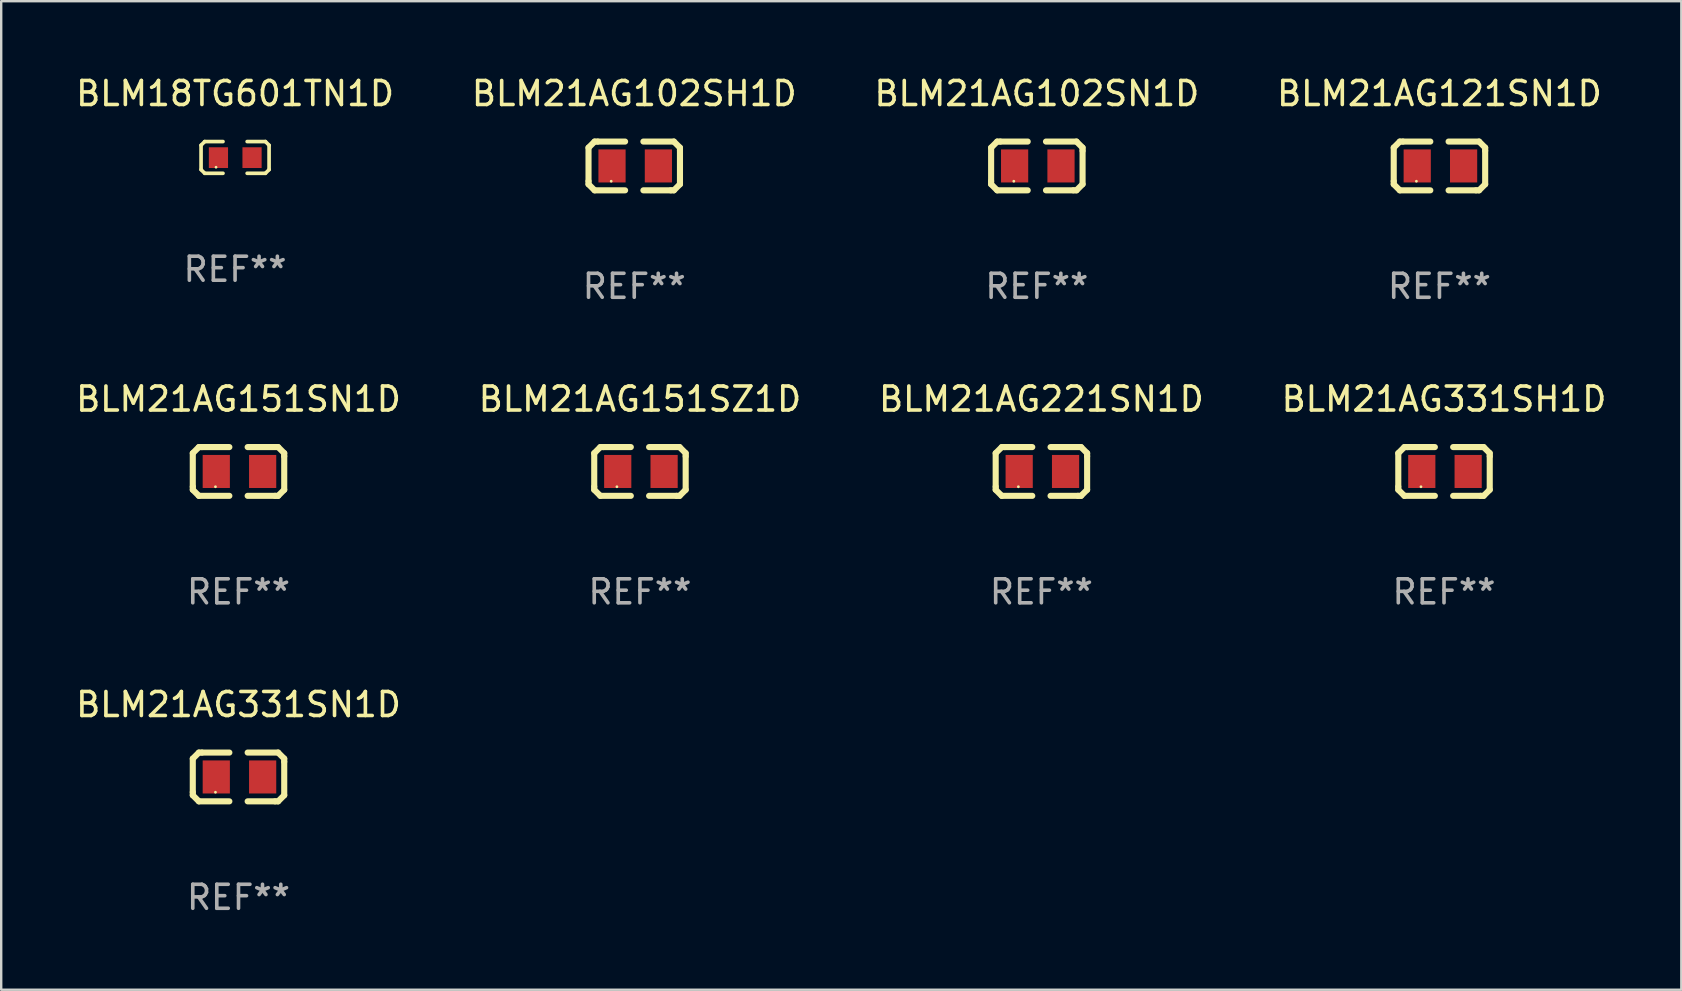
<source format=kicad_pcb>
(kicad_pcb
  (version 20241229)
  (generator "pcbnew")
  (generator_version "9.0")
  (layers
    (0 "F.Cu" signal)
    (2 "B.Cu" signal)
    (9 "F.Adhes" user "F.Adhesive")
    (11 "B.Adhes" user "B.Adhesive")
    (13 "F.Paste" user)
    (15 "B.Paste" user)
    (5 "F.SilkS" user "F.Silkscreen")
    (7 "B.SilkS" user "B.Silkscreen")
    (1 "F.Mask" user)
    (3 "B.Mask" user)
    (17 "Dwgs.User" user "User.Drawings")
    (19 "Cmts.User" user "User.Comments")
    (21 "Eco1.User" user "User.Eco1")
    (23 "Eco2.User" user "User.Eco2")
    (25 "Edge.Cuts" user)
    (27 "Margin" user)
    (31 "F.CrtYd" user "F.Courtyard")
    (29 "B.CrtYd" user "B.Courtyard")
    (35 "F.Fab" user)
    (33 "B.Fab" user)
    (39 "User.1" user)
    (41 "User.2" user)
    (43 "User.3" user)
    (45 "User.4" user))
  (footprint "BLM21AG331SH1D"
    (layer "F.Cu")
    (at 57.113 16.593)
    (property "Reference" "BLM21AG331SH1D" (at 0 -3.016 0) (layer "F.SilkS") (effects (font (size 1 1) (thickness 0.15))))
    (attr through_hole)
    (fp_line (start -1.905 -0.762) (end -1.905 0.635) (stroke (width 0.254) (type solid)) (layer "F.SilkS"))
    (fp_line (start -1.905 0.635) (end -1.905 0.762) (stroke (width 0.254) (type solid)) (layer "F.SilkS"))
    (fp_line (start -1.905 0.762) (end -1.651 1.016) (stroke (width 0.254) (type solid)) (layer "F.SilkS"))
    (fp_line (start -1.651 -1.016) (end -1.905 -0.762) (stroke (width 0.254) (type solid)) (layer "F.SilkS"))
    (fp_line (start -1.651 1.016) (end -0.381 1.016) (stroke (width 0.254) (type solid)) (layer "F.SilkS"))
    (fp_line (start -1.524 -1.016) (end -1.651 -1.016) (stroke (width 0.254) (type solid)) (layer "F.SilkS"))
    (fp_line (start -0.381 -1.016) (end -1.524 -1.016) (stroke (width 0.254) (type solid)) (layer "F.SilkS"))
    (fp_line (start 0.381 1.016) (end 1.524 1.016) (stroke (width 0.254) (type solid)) (layer "F.SilkS"))
    (fp_line (start 1.524 1.016) (end 1.651 1.016) (stroke (width 0.254) (type solid)) (layer "F.SilkS"))
    (fp_line (start 1.651 -1.016) (end 0.381 -1.016) (stroke (width 0.254) (type solid)) (layer "F.SilkS"))
    (fp_line (start 1.651 1.016) (end 1.905 0.762) (stroke (width 0.254) (type solid)) (layer "F.SilkS"))
    (fp_line (start 1.905 -0.762) (end 1.651 -1.016) (stroke (width 0.254) (type solid)) (layer "F.SilkS"))
    (fp_line (start 1.905 -0.635) (end 1.905 -0.762) (stroke (width 0.254) (type solid)) (layer "F.SilkS"))
    (fp_line (start 1.905 0.762) (end 1.905 -0.635) (stroke (width 0.254) (type solid)) (layer "F.SilkS"))
    (fp_circle (center -0.96 0.637) (end -0.93 0.637) (stroke (width 0.06) (type solid)) (fill no) (layer "F.SilkS"))
    (fp_text user "REF**" (at 0 5.016 0) (layer "F.Fab") (effects (font (size 1 1) (thickness 0.15))))
    (pad "1" smd rect (at -0.926 -0.000051) (size 1.133 1.377) (layers "F.Cu" "F.Mask" "F.Paste"))
    (pad "2" smd rect (at 1.006 -0.000051) (size 1.133 1.377) (layers "F.Cu" "F.Mask" "F.Paste")))
  (footprint "BLM21AG102SN1D"
    (layer "F.Cu")
    (at 40.149 3.864)
    (property "Reference" "BLM21AG102SN1D" (at 0 -3.016 0) (layer "F.SilkS") (effects (font (size 1 1) (thickness 0.15))))
    (attr through_hole)
    (fp_line (start -1.905 -0.762) (end -1.905 0.635) (stroke (width 0.254) (type solid)) (layer "F.SilkS"))
    (fp_line (start -1.905 0.635) (end -1.905 0.762) (stroke (width 0.254) (type solid)) (layer "F.SilkS"))
    (fp_line (start -1.905 0.762) (end -1.651 1.016) (stroke (width 0.254) (type solid)) (layer "F.SilkS"))
    (fp_line (start -1.651 -1.016) (end -1.905 -0.762) (stroke (width 0.254) (type solid)) (layer "F.SilkS"))
    (fp_line (start -1.651 1.016) (end -0.381 1.016) (stroke (width 0.254) (type solid)) (layer "F.SilkS"))
    (fp_line (start -1.524 -1.016) (end -1.651 -1.016) (stroke (width 0.254) (type solid)) (layer "F.SilkS"))
    (fp_line (start -0.381 -1.016) (end -1.524 -1.016) (stroke (width 0.254) (type solid)) (layer "F.SilkS"))
    (fp_line (start 0.381 1.016) (end 1.524 1.016) (stroke (width 0.254) (type solid)) (layer "F.SilkS"))
    (fp_line (start 1.524 1.016) (end 1.651 1.016) (stroke (width 0.254) (type solid)) (layer "F.SilkS"))
    (fp_line (start 1.651 -1.016) (end 0.381 -1.016) (stroke (width 0.254) (type solid)) (layer "F.SilkS"))
    (fp_line (start 1.651 1.016) (end 1.905 0.762) (stroke (width 0.254) (type solid)) (layer "F.SilkS"))
    (fp_line (start 1.905 -0.762) (end 1.651 -1.016) (stroke (width 0.254) (type solid)) (layer "F.SilkS"))
    (fp_line (start 1.905 -0.635) (end 1.905 -0.762) (stroke (width 0.254) (type solid)) (layer "F.SilkS"))
    (fp_line (start 1.905 0.762) (end 1.905 -0.635) (stroke (width 0.254) (type solid)) (layer "F.SilkS"))
    (fp_circle (center -0.96 0.637) (end -0.93 0.637) (stroke (width 0.06) (type solid)) (fill no) (layer "F.SilkS"))
    (fp_text user "REF**" (at 0 5.016 0) (layer "F.Fab") (effects (font (size 1 1) (thickness 0.15))))
    (pad "1" smd rect (at -0.926 -0.000051) (size 1.133 1.377) (layers "F.Cu" "F.Mask" "F.Paste"))
    (pad "2" smd rect (at 1.006 -0.000051) (size 1.133 1.377) (layers "F.Cu" "F.Mask" "F.Paste")))
  (footprint "BLM21AG221SN1D"
    (layer "F.Cu")
    (at 40.339 16.593)
    (property "Reference" "BLM21AG221SN1D" (at 0 -3.016 0) (layer "F.SilkS") (effects (font (size 1 1) (thickness 0.15))))
    (attr through_hole)
    (fp_line (start -1.905 -0.762) (end -1.905 0.635) (stroke (width 0.254) (type solid)) (layer "F.SilkS"))
    (fp_line (start -1.905 0.635) (end -1.905 0.762) (stroke (width 0.254) (type solid)) (layer "F.SilkS"))
    (fp_line (start -1.905 0.762) (end -1.651 1.016) (stroke (width 0.254) (type solid)) (layer "F.SilkS"))
    (fp_line (start -1.651 -1.016) (end -1.905 -0.762) (stroke (width 0.254) (type solid)) (layer "F.SilkS"))
    (fp_line (start -1.651 1.016) (end -0.381 1.016) (stroke (width 0.254) (type solid)) (layer "F.SilkS"))
    (fp_line (start -1.524 -1.016) (end -1.651 -1.016) (stroke (width 0.254) (type solid)) (layer "F.SilkS"))
    (fp_line (start -0.381 -1.016) (end -1.524 -1.016) (stroke (width 0.254) (type solid)) (layer "F.SilkS"))
    (fp_line (start 0.381 1.016) (end 1.524 1.016) (stroke (width 0.254) (type solid)) (layer "F.SilkS"))
    (fp_line (start 1.524 1.016) (end 1.651 1.016) (stroke (width 0.254) (type solid)) (layer "F.SilkS"))
    (fp_line (start 1.651 -1.016) (end 0.381 -1.016) (stroke (width 0.254) (type solid)) (layer "F.SilkS"))
    (fp_line (start 1.651 1.016) (end 1.905 0.762) (stroke (width 0.254) (type solid)) (layer "F.SilkS"))
    (fp_line (start 1.905 -0.762) (end 1.651 -1.016) (stroke (width 0.254) (type solid)) (layer "F.SilkS"))
    (fp_line (start 1.905 -0.635) (end 1.905 -0.762) (stroke (width 0.254) (type solid)) (layer "F.SilkS"))
    (fp_line (start 1.905 0.762) (end 1.905 -0.635) (stroke (width 0.254) (type solid)) (layer "F.SilkS"))
    (fp_circle (center -0.96 0.637) (end -0.93 0.637) (stroke (width 0.06) (type solid)) (fill no) (layer "F.SilkS"))
    (fp_text user "REF**" (at 0 5.016 0) (layer "F.Fab") (effects (font (size 1 1) (thickness 0.15))))
    (pad "1" smd rect (at -0.926 -0.000051) (size 1.133 1.377) (layers "F.Cu" "F.Mask" "F.Paste"))
    (pad "2" smd rect (at 1.006 -0.000051) (size 1.133 1.377) (layers "F.Cu" "F.Mask" "F.Paste")))
  (footprint "BLM18TG601TN1D"
    (layer "F.Cu")
    (at 6.744 3.509)
    (property "Reference" "BLM18TG601TN1D" (at 0 -2.661 0) (layer "F.SilkS") (effects (font (size 1 1) (thickness 0.15))))
    (attr through_hole)
    (fp_line (start -1.417 -0.508) (end -1.265 -0.661) (stroke (width 0.152) (type solid)) (layer "F.SilkS"))
    (fp_line (start -1.417 0.508) (end -1.417 -0.508) (stroke (width 0.152) (type solid)) (layer "F.SilkS"))
    (fp_line (start -1.265 -0.661) (end -0.503 -0.661) (stroke (width 0.152) (type solid)) (layer "F.SilkS"))
    (fp_line (start -1.265 0.661) (end -1.417 0.508) (stroke (width 0.152) (type solid)) (layer "F.SilkS"))
    (fp_line (start -1.265 0.661) (end -0.503 0.661) (stroke (width 0.152) (type solid)) (layer "F.SilkS"))
    (fp_line (start 1.265 -0.661) (end 0.503 -0.661) (stroke (width 0.152) (type solid)) (layer "F.SilkS"))
    (fp_line (start 1.265 -0.661) (end 1.417 -0.508) (stroke (width 0.152) (type solid)) (layer "F.SilkS"))
    (fp_line (start 1.265 0.661) (end 0.503 0.661) (stroke (width 0.152) (type solid)) (layer "F.SilkS"))
    (fp_line (start 1.417 -0.508) (end 1.417 0.508) (stroke (width 0.152) (type solid)) (layer "F.SilkS"))
    (fp_line (start 1.417 0.508) (end 1.265 0.661) (stroke (width 0.152) (type solid)) (layer "F.SilkS"))
    (fp_circle (center -0.793 0.409) (end -0.763 0.409) (stroke (width 0.06) (type solid)) (fill no) (layer "F.SilkS"))
    (fp_text user "REF**" (at 0 4.661 0) (layer "F.Fab") (effects (font (size 1 1) (thickness 0.15))))
    (pad "1" smd rect (at -0.693 0.009 180) (size 0.8 0.864) (layers "F.Cu" "F.Mask" "F.Paste"))
    (pad "2" smd rect (at 0.707 0.009 180) (size 0.8 0.864) (layers "F.Cu" "F.Mask" "F.Paste")))
  (footprint "BLM21AG102SH1D"
    (layer "F.Cu")
    (at 23.375 3.864)
    (property "Reference" "BLM21AG102SH1D" (at 0 -3.016 0) (layer "F.SilkS") (effects (font (size 1 1) (thickness 0.15))))
    (attr through_hole)
    (fp_line (start -1.905 -0.762) (end -1.905 0.635) (stroke (width 0.254) (type solid)) (layer "F.SilkS"))
    (fp_line (start -1.905 0.635) (end -1.905 0.762) (stroke (width 0.254) (type solid)) (layer "F.SilkS"))
    (fp_line (start -1.905 0.762) (end -1.651 1.016) (stroke (width 0.254) (type solid)) (layer "F.SilkS"))
    (fp_line (start -1.651 -1.016) (end -1.905 -0.762) (stroke (width 0.254) (type solid)) (layer "F.SilkS"))
    (fp_line (start -1.651 1.016) (end -0.381 1.016) (stroke (width 0.254) (type solid)) (layer "F.SilkS"))
    (fp_line (start -1.524 -1.016) (end -1.651 -1.016) (stroke (width 0.254) (type solid)) (layer "F.SilkS"))
    (fp_line (start -0.381 -1.016) (end -1.524 -1.016) (stroke (width 0.254) (type solid)) (layer "F.SilkS"))
    (fp_line (start 0.381 1.016) (end 1.524 1.016) (stroke (width 0.254) (type solid)) (layer "F.SilkS"))
    (fp_line (start 1.524 1.016) (end 1.651 1.016) (stroke (width 0.254) (type solid)) (layer "F.SilkS"))
    (fp_line (start 1.651 -1.016) (end 0.381 -1.016) (stroke (width 0.254) (type solid)) (layer "F.SilkS"))
    (fp_line (start 1.651 1.016) (end 1.905 0.762) (stroke (width 0.254) (type solid)) (layer "F.SilkS"))
    (fp_line (start 1.905 -0.762) (end 1.651 -1.016) (stroke (width 0.254) (type solid)) (layer "F.SilkS"))
    (fp_line (start 1.905 -0.635) (end 1.905 -0.762) (stroke (width 0.254) (type solid)) (layer "F.SilkS"))
    (fp_line (start 1.905 0.762) (end 1.905 -0.635) (stroke (width 0.254) (type solid)) (layer "F.SilkS"))
    (fp_circle (center -0.96 0.637) (end -0.93 0.637) (stroke (width 0.06) (type solid)) (fill no) (layer "F.SilkS"))
    (fp_text user "REF**" (at 0 5.016 0) (layer "F.Fab") (effects (font (size 1 1) (thickness 0.15))))
    (pad "1" smd rect (at -0.926 -0.000051) (size 1.133 1.377) (layers "F.Cu" "F.Mask" "F.Paste"))
    (pad "2" smd rect (at 1.006 -0.000051) (size 1.133 1.377) (layers "F.Cu" "F.Mask" "F.Paste")))
  (footprint "BLM21AG151SZ1D"
    (layer "F.Cu")
    (at 23.613 16.593)
    (property "Reference" "BLM21AG151SZ1D" (at 0 -3.016 0) (layer "F.SilkS") (effects (font (size 1 1) (thickness 0.15))))
    (attr through_hole)
    (fp_line (start -1.905 -0.762) (end -1.905 0.635) (stroke (width 0.254) (type solid)) (layer "F.SilkS"))
    (fp_line (start -1.905 0.635) (end -1.905 0.762) (stroke (width 0.254) (type solid)) (layer "F.SilkS"))
    (fp_line (start -1.905 0.762) (end -1.651 1.016) (stroke (width 0.254) (type solid)) (layer "F.SilkS"))
    (fp_line (start -1.651 -1.016) (end -1.905 -0.762) (stroke (width 0.254) (type solid)) (layer "F.SilkS"))
    (fp_line (start -1.651 1.016) (end -0.381 1.016) (stroke (width 0.254) (type solid)) (layer "F.SilkS"))
    (fp_line (start -1.524 -1.016) (end -1.651 -1.016) (stroke (width 0.254) (type solid)) (layer "F.SilkS"))
    (fp_line (start -0.381 -1.016) (end -1.524 -1.016) (stroke (width 0.254) (type solid)) (layer "F.SilkS"))
    (fp_line (start 0.381 1.016) (end 1.524 1.016) (stroke (width 0.254) (type solid)) (layer "F.SilkS"))
    (fp_line (start 1.524 1.016) (end 1.651 1.016) (stroke (width 0.254) (type solid)) (layer "F.SilkS"))
    (fp_line (start 1.651 -1.016) (end 0.381 -1.016) (stroke (width 0.254) (type solid)) (layer "F.SilkS"))
    (fp_line (start 1.651 1.016) (end 1.905 0.762) (stroke (width 0.254) (type solid)) (layer "F.SilkS"))
    (fp_line (start 1.905 -0.762) (end 1.651 -1.016) (stroke (width 0.254) (type solid)) (layer "F.SilkS"))
    (fp_line (start 1.905 -0.635) (end 1.905 -0.762) (stroke (width 0.254) (type solid)) (layer "F.SilkS"))
    (fp_line (start 1.905 0.762) (end 1.905 -0.635) (stroke (width 0.254) (type solid)) (layer "F.SilkS"))
    (fp_circle (center -0.96 0.637) (end -0.93 0.637) (stroke (width 0.06) (type solid)) (fill no) (layer "F.SilkS"))
    (fp_text user "REF**" (at 0 5.016 0) (layer "F.Fab") (effects (font (size 1 1) (thickness 0.15))))
    (pad "1" smd rect (at -0.926 -0.000051) (size 1.133 1.377) (layers "F.Cu" "F.Mask" "F.Paste"))
    (pad "2" smd rect (at 1.006 -0.000051) (size 1.133 1.377) (layers "F.Cu" "F.Mask" "F.Paste")))
  (footprint "BLM21AG151SN1D"
    (layer "F.Cu")
    (at 6.887 16.593)
    (property "Reference" "BLM21AG151SN1D" (at 0 -3.016 0) (layer "F.SilkS") (effects (font (size 1 1) (thickness 0.15))))
    (attr through_hole)
    (fp_line (start -1.905 -0.762) (end -1.905 0.635) (stroke (width 0.254) (type solid)) (layer "F.SilkS"))
    (fp_line (start -1.905 0.635) (end -1.905 0.762) (stroke (width 0.254) (type solid)) (layer "F.SilkS"))
    (fp_line (start -1.905 0.762) (end -1.651 1.016) (stroke (width 0.254) (type solid)) (layer "F.SilkS"))
    (fp_line (start -1.651 -1.016) (end -1.905 -0.762) (stroke (width 0.254) (type solid)) (layer "F.SilkS"))
    (fp_line (start -1.651 1.016) (end -0.381 1.016) (stroke (width 0.254) (type solid)) (layer "F.SilkS"))
    (fp_line (start -1.524 -1.016) (end -1.651 -1.016) (stroke (width 0.254) (type solid)) (layer "F.SilkS"))
    (fp_line (start -0.381 -1.016) (end -1.524 -1.016) (stroke (width 0.254) (type solid)) (layer "F.SilkS"))
    (fp_line (start 0.381 1.016) (end 1.524 1.016) (stroke (width 0.254) (type solid)) (layer "F.SilkS"))
    (fp_line (start 1.524 1.016) (end 1.651 1.016) (stroke (width 0.254) (type solid)) (layer "F.SilkS"))
    (fp_line (start 1.651 -1.016) (end 0.381 -1.016) (stroke (width 0.254) (type solid)) (layer "F.SilkS"))
    (fp_line (start 1.651 1.016) (end 1.905 0.762) (stroke (width 0.254) (type solid)) (layer "F.SilkS"))
    (fp_line (start 1.905 -0.762) (end 1.651 -1.016) (stroke (width 0.254) (type solid)) (layer "F.SilkS"))
    (fp_line (start 1.905 -0.635) (end 1.905 -0.762) (stroke (width 0.254) (type solid)) (layer "F.SilkS"))
    (fp_line (start 1.905 0.762) (end 1.905 -0.635) (stroke (width 0.254) (type solid)) (layer "F.SilkS"))
    (fp_circle (center -0.96 0.637) (end -0.93 0.637) (stroke (width 0.06) (type solid)) (fill no) (layer "F.SilkS"))
    (fp_text user "REF**" (at 0 5.016 0) (layer "F.Fab") (effects (font (size 1 1) (thickness 0.15))))
    (pad "1" smd rect (at -0.926 -0.000051) (size 1.133 1.377) (layers "F.Cu" "F.Mask" "F.Paste"))
    (pad "2" smd rect (at 1.006 -0.000051) (size 1.133 1.377) (layers "F.Cu" "F.Mask" "F.Paste")))
  (footprint "BLM21AG331SN1D"
    (layer "F.Cu")
    (at 6.887 29.321)
    (property "Reference" "BLM21AG331SN1D" (at 0 -3.016 0) (layer "F.SilkS") (effects (font (size 1 1) (thickness 0.15))))
    (attr through_hole)
    (fp_line (start -1.905 -0.762) (end -1.905 0.635) (stroke (width 0.254) (type solid)) (layer "F.SilkS"))
    (fp_line (start -1.905 0.635) (end -1.905 0.762) (stroke (width 0.254) (type solid)) (layer "F.SilkS"))
    (fp_line (start -1.905 0.762) (end -1.651 1.016) (stroke (width 0.254) (type solid)) (layer "F.SilkS"))
    (fp_line (start -1.651 -1.016) (end -1.905 -0.762) (stroke (width 0.254) (type solid)) (layer "F.SilkS"))
    (fp_line (start -1.651 1.016) (end -0.381 1.016) (stroke (width 0.254) (type solid)) (layer "F.SilkS"))
    (fp_line (start -1.524 -1.016) (end -1.651 -1.016) (stroke (width 0.254) (type solid)) (layer "F.SilkS"))
    (fp_line (start -0.381 -1.016) (end -1.524 -1.016) (stroke (width 0.254) (type solid)) (layer "F.SilkS"))
    (fp_line (start 0.381 1.016) (end 1.524 1.016) (stroke (width 0.254) (type solid)) (layer "F.SilkS"))
    (fp_line (start 1.524 1.016) (end 1.651 1.016) (stroke (width 0.254) (type solid)) (layer "F.SilkS"))
    (fp_line (start 1.651 -1.016) (end 0.381 -1.016) (stroke (width 0.254) (type solid)) (layer "F.SilkS"))
    (fp_line (start 1.651 1.016) (end 1.905 0.762) (stroke (width 0.254) (type solid)) (layer "F.SilkS"))
    (fp_line (start 1.905 -0.762) (end 1.651 -1.016) (stroke (width 0.254) (type solid)) (layer "F.SilkS"))
    (fp_line (start 1.905 -0.635) (end 1.905 -0.762) (stroke (width 0.254) (type solid)) (layer "F.SilkS"))
    (fp_line (start 1.905 0.762) (end 1.905 -0.635) (stroke (width 0.254) (type solid)) (layer "F.SilkS"))
    (fp_circle (center -0.96 0.637) (end -0.93 0.637) (stroke (width 0.06) (type solid)) (fill no) (layer "F.SilkS"))
    (fp_text user "REF**" (at 0 5.016 0) (layer "F.Fab") (effects (font (size 1 1) (thickness 0.15))))
    (pad "1" smd rect (at -0.926 -0.000051) (size 1.133 1.377) (layers "F.Cu" "F.Mask" "F.Paste"))
    (pad "2" smd rect (at 1.006 -0.000051) (size 1.133 1.377) (layers "F.Cu" "F.Mask" "F.Paste")))
  (footprint "BLM21AG121SN1D"
    (layer "F.Cu")
    (at 56.923 3.864)
    (property "Reference" "BLM21AG121SN1D" (at 0 -3.016 0) (layer "F.SilkS") (effects (font (size 1 1) (thickness 0.15))))
    (attr through_hole)
    (fp_line (start -1.905 -0.762) (end -1.905 0.635) (stroke (width 0.254) (type solid)) (layer "F.SilkS"))
    (fp_line (start -1.905 0.635) (end -1.905 0.762) (stroke (width 0.254) (type solid)) (layer "F.SilkS"))
    (fp_line (start -1.905 0.762) (end -1.651 1.016) (stroke (width 0.254) (type solid)) (layer "F.SilkS"))
    (fp_line (start -1.651 -1.016) (end -1.905 -0.762) (stroke (width 0.254) (type solid)) (layer "F.SilkS"))
    (fp_line (start -1.651 1.016) (end -0.381 1.016) (stroke (width 0.254) (type solid)) (layer "F.SilkS"))
    (fp_line (start -1.524 -1.016) (end -1.651 -1.016) (stroke (width 0.254) (type solid)) (layer "F.SilkS"))
    (fp_line (start -0.381 -1.016) (end -1.524 -1.016) (stroke (width 0.254) (type solid)) (layer "F.SilkS"))
    (fp_line (start 0.381 1.016) (end 1.524 1.016) (stroke (width 0.254) (type solid)) (layer "F.SilkS"))
    (fp_line (start 1.524 1.016) (end 1.651 1.016) (stroke (width 0.254) (type solid)) (layer "F.SilkS"))
    (fp_line (start 1.651 -1.016) (end 0.381 -1.016) (stroke (width 0.254) (type solid)) (layer "F.SilkS"))
    (fp_line (start 1.651 1.016) (end 1.905 0.762) (stroke (width 0.254) (type solid)) (layer "F.SilkS"))
    (fp_line (start 1.905 -0.762) (end 1.651 -1.016) (stroke (width 0.254) (type solid)) (layer "F.SilkS"))
    (fp_line (start 1.905 -0.635) (end 1.905 -0.762) (stroke (width 0.254) (type solid)) (layer "F.SilkS"))
    (fp_line (start 1.905 0.762) (end 1.905 -0.635) (stroke (width 0.254) (type solid)) (layer "F.SilkS"))
    (fp_circle (center -0.96 0.637) (end -0.93 0.637) (stroke (width 0.06) (type solid)) (fill no) (layer "F.SilkS"))
    (fp_text user "REF**" (at 0 5.016 0) (layer "F.Fab") (effects (font (size 1 1) (thickness 0.15))))
    (pad "1" smd rect (at -0.926 -0.000051) (size 1.133 1.377) (layers "F.Cu" "F.Mask" "F.Paste"))
    (pad "2" smd rect (at 1.006 -0.000051) (size 1.133 1.377) (layers "F.Cu" "F.Mask" "F.Paste")))
  (gr_rect
    (start -3 -3)
    (end 67 38.186)
    (stroke (width 0.1) (type default))
    (fill no)
    (layer "Edge.Cuts")))
</source>
